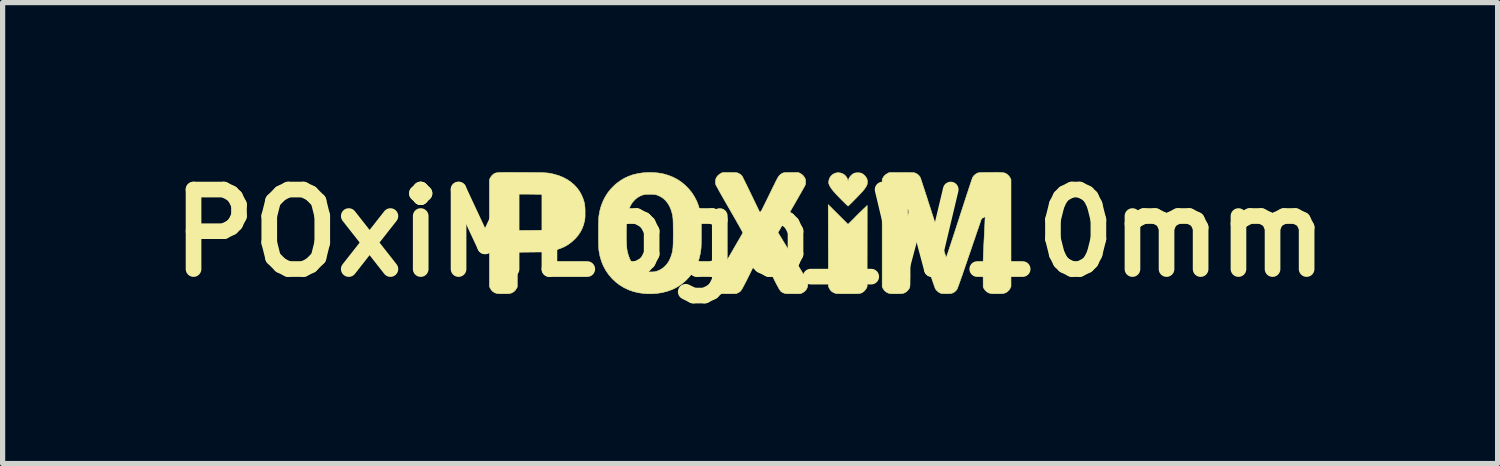
<source format=kicad_pcb>
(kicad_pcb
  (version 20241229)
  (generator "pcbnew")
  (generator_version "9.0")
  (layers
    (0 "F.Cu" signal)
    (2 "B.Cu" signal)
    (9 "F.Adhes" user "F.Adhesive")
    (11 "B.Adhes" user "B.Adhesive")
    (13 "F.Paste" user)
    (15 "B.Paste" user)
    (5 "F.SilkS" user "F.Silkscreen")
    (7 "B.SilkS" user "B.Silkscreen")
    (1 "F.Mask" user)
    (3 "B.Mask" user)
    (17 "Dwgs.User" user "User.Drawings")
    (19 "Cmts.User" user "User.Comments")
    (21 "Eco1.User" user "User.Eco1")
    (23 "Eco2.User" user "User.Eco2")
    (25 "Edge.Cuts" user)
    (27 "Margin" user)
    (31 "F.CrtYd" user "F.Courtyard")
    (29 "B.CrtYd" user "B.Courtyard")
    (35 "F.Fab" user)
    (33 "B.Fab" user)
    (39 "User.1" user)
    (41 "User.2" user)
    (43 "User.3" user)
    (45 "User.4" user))
  (footprint "POxiMLogo_W10mm"
    (layer "F.Cu")
    (at 11.328 1.418)
    (property "Reference" "POxiMLogo_W10mm" (at 0 0 0) (layer "F.SilkS") (effects (font (size 1.524 1.524) (thickness 0.3))))
    (attr through_hole)
    (fp_poly (pts (xy 1.688 -0.357) (xy 1.877 -0.168) (xy 2.002 -0.292) (xy 2.034 -0.325) (xy 2.067 -0.358) (xy 2.099 -0.39) (xy 2.13 -0.419) (xy 2.156 -0.445) (xy 2.178 -0.466) (xy 2.186 -0.473) (xy 2.245 -0.53) (xy 2.244 0.25) (xy 2.243 1.029) (xy 2.232 1.053) (xy 2.217 1.077) (xy 2.197 1.102) (xy 2.174 1.123) (xy 2.151 1.139) (xy 2.149 1.14) (xy 2.137 1.146) (xy 2.126 1.15) (xy 2.113 1.154) (xy 2.098 1.157) (xy 2.08 1.159) (xy 2.057 1.161) (xy 2.029 1.162) (xy 1.995 1.163) (xy 1.953 1.163) (xy 1.903 1.163) (xy 1.868 1.163) (xy 1.814 1.163) (xy 1.769 1.163) (xy 1.732 1.162) (xy 1.703 1.161) (xy 1.68 1.16) (xy 1.662 1.159) (xy 1.648 1.158) (xy 1.638 1.156) (xy 1.636 1.155) (xy 1.596 1.139) (xy 1.561 1.116) (xy 1.533 1.085) (xy 1.513 1.047) (xy 1.513 1.047) (xy 1.501 1.019) (xy 1.5 0.236) (xy 1.498 -0.546) (xy 1.688 -0.357)) (stroke (width 0.01) (type solid)) (fill yes) (layer "F.SilkS"))
    (fp_poly (pts (xy 1.733 -1.153) (xy 1.772 -1.14) (xy 1.806 -1.119) (xy 1.835 -1.091) (xy 1.858 -1.057) (xy 1.871 -1.021) (xy 1.878 -0.993) (xy 1.882 -1.011) (xy 1.894 -1.045) (xy 1.914 -1.079) (xy 1.94 -1.109) (xy 1.97 -1.133) (xy 1.99 -1.145) (xy 2.014 -1.152) (xy 2.044 -1.156) (xy 2.076 -1.156) (xy 2.107 -1.154) (xy 2.133 -1.147) (xy 2.14 -1.145) (xy 2.166 -1.129) (xy 2.192 -1.107) (xy 2.215 -1.081) (xy 2.232 -1.055) (xy 2.234 -1.052) (xy 2.241 -1.035) (xy 2.245 -1.02) (xy 2.247 -1.002) (xy 2.248 -0.98) (xy 2.247 -0.957) (xy 2.244 -0.936) (xy 2.237 -0.916) (xy 2.226 -0.895) (xy 2.21 -0.87) (xy 2.189 -0.84) (xy 2.185 -0.835) (xy 2.175 -0.823) (xy 2.16 -0.806) (xy 2.141 -0.784) (xy 2.118 -0.759) (xy 2.092 -0.732) (xy 2.064 -0.702) (xy 2.035 -0.672) (xy 2.006 -0.643) (xy 1.978 -0.614) (xy 1.952 -0.588) (xy 1.928 -0.564) (xy 1.908 -0.545) (xy 1.893 -0.53) (xy 1.882 -0.521) (xy 1.878 -0.518) (xy 1.873 -0.522) (xy 1.863 -0.532) (xy 1.846 -0.547) (xy 1.825 -0.567) (xy 1.801 -0.591) (xy 1.773 -0.619) (xy 1.751 -0.641) (xy 1.702 -0.691) (xy 1.66 -0.735) (xy 1.625 -0.773) (xy 1.595 -0.807) (xy 1.571 -0.837) (xy 1.552 -0.864) (xy 1.536 -0.888) (xy 1.526 -0.907) (xy 1.516 -0.928) (xy 1.51 -0.945) (xy 1.507 -0.959) (xy 1.507 -0.977) (xy 1.507 -0.98) (xy 1.513 -1.022) (xy 1.527 -1.059) (xy 1.549 -1.092) (xy 1.578 -1.12) (xy 1.612 -1.141) (xy 1.651 -1.154) (xy 1.692 -1.158) (xy 1.733 -1.153)) (stroke (width 0.01) (type solid)) (fill yes) (layer "F.SilkS"))
    (fp_poly (pts (xy -4.544 -1.163) (xy -4.475 -1.162) (xy -4.397 -1.162) (xy -4.376 -1.162) (xy -4.295 -1.162) (xy -4.222 -1.161) (xy -4.159 -1.161) (xy -4.103 -1.16) (xy -4.054 -1.159) (xy -4.012 -1.159) (xy -3.975 -1.158) (xy -3.943 -1.156) (xy -3.916 -1.155) (xy -3.891 -1.153) (xy -3.869 -1.15) (xy -3.849 -1.148) (xy -3.83 -1.144) (xy -3.812 -1.141) (xy -3.792 -1.136) (xy -3.772 -1.132) (xy -3.754 -1.127) (xy -3.665 -1.101) (xy -3.582 -1.067) (xy -3.505 -1.026) (xy -3.435 -0.978) (xy -3.372 -0.924) (xy -3.316 -0.864) (xy -3.268 -0.798) (xy -3.229 -0.726) (xy -3.201 -0.659) (xy -3.189 -0.622) (xy -3.179 -0.589) (xy -3.172 -0.557) (xy -3.168 -0.523) (xy -3.165 -0.486) (xy -3.163 -0.443) (xy -3.163 -0.396) (xy -3.163 -0.357) (xy -3.163 -0.326) (xy -3.164 -0.301) (xy -3.166 -0.28) (xy -3.168 -0.262) (xy -3.171 -0.245) (xy -3.174 -0.23) (xy -3.194 -0.154) (xy -3.22 -0.085) (xy -3.253 -0.022) (xy -3.293 0.038) (xy -3.342 0.096) (xy -3.363 0.117) (xy -3.423 0.172) (xy -3.486 0.219) (xy -3.555 0.259) (xy -3.63 0.292) (xy -3.711 0.32) (xy -3.8 0.342) (xy -3.866 0.354) (xy -3.881 0.356) (xy -3.897 0.357) (xy -3.918 0.359) (xy -3.942 0.36) (xy -3.972 0.361) (xy -4.008 0.362) (xy -4.051 0.363) (xy -4.102 0.363) (xy -4.162 0.364) (xy -4.19 0.364) (xy -4.46 0.367) (xy -4.461 0.7) (xy -4.463 1.034) (xy -4.477 1.061) (xy -4.502 1.097) (xy -4.533 1.126) (xy -4.57 1.147) (xy -4.609 1.158) (xy -4.625 1.16) (xy -4.649 1.162) (xy -4.678 1.163) (xy -4.711 1.163) (xy -4.745 1.163) (xy -4.779 1.162) (xy -4.809 1.161) (xy -4.835 1.159) (xy -4.853 1.157) (xy -4.859 1.156) (xy -4.899 1.141) (xy -4.934 1.118) (xy -4.963 1.087) (xy -4.982 1.055) (xy -4.996 1.024) (xy -4.996 -0.05) (xy -4.46 -0.05) (xy -4.213 -0.052) (xy -4.156 -0.052) (xy -4.108 -0.053) (xy -4.069 -0.053) (xy -4.037 -0.054) (xy -4.011 -0.054) (xy -3.991 -0.055) (xy -3.975 -0.056) (xy -3.962 -0.058) (xy -3.951 -0.059) (xy -3.942 -0.061) (xy -3.933 -0.063) (xy -3.927 -0.065) (xy -3.873 -0.087) (xy -3.825 -0.116) (xy -3.784 -0.152) (xy -3.751 -0.196) (xy -3.725 -0.246) (xy -3.715 -0.271) (xy -3.71 -0.288) (xy -3.706 -0.303) (xy -3.704 -0.319) (xy -3.702 -0.337) (xy -3.701 -0.361) (xy -3.701 -0.391) (xy -3.702 -0.432) (xy -3.704 -0.465) (xy -3.708 -0.493) (xy -3.715 -0.519) (xy -3.725 -0.546) (xy -3.738 -0.574) (xy -3.754 -0.602) (xy -3.774 -0.628) (xy -3.795 -0.65) (xy -3.828 -0.681) (xy -3.862 -0.704) (xy -3.901 -0.722) (xy -3.932 -0.732) (xy -3.941 -0.735) (xy -3.95 -0.737) (xy -3.959 -0.739) (xy -3.971 -0.74) (xy -3.985 -0.741) (xy -4.003 -0.742) (xy -4.025 -0.743) (xy -4.053 -0.744) (xy -4.088 -0.744) (xy -4.13 -0.745) (xy -4.181 -0.745) (xy -4.215 -0.746) (xy -4.46 -0.747) (xy -4.46 -0.05) (xy -4.996 -0.05) (xy -4.996 -1.024) (xy -4.982 -1.055) (xy -4.963 -1.086) (xy -4.938 -1.114) (xy -4.909 -1.137) (xy -4.899 -1.142) (xy -4.891 -1.146) (xy -4.884 -1.149) (xy -4.875 -1.152) (xy -4.865 -1.154) (xy -4.853 -1.157) (xy -4.839 -1.158) (xy -4.821 -1.16) (xy -4.799 -1.161) (xy -4.772 -1.162) (xy -4.74 -1.162) (xy -4.701 -1.163) (xy -4.656 -1.163) (xy -4.604 -1.163) (xy -4.544 -1.163)) (stroke (width 0.01) (type solid)) (fill yes) (layer "F.SilkS"))
    (fp_poly (pts (xy -1.859 -1.161) (xy -1.757 -1.152) (xy -1.658 -1.134) (xy -1.565 -1.107) (xy -1.476 -1.071) (xy -1.391 -1.027) (xy -1.312 -0.974) (xy -1.239 -0.912) (xy -1.18 -0.852) (xy -1.118 -0.777) (xy -1.066 -0.696) (xy -1.022 -0.611) (xy -0.987 -0.52) (xy -0.961 -0.425) (xy -0.944 -0.324) (xy -0.94 -0.292) (xy -0.939 -0.273) (xy -0.938 -0.245) (xy -0.937 -0.209) (xy -0.936 -0.167) (xy -0.935 -0.121) (xy -0.935 -0.071) (xy -0.935 -0.02) (xy -0.935 0.032) (xy -0.935 0.083) (xy -0.936 0.132) (xy -0.936 0.178) (xy -0.937 0.218) (xy -0.938 0.252) (xy -0.939 0.278) (xy -0.94 0.292) (xy -0.955 0.395) (xy -0.978 0.493) (xy -1.01 0.585) (xy -1.051 0.672) (xy -1.1 0.754) (xy -1.158 0.831) (xy -1.225 0.902) (xy -1.264 0.938) (xy -1.335 0.994) (xy -1.413 1.042) (xy -1.497 1.083) (xy -1.586 1.115) (xy -1.68 1.139) (xy -1.778 1.155) (xy -1.879 1.163) (xy -1.985 1.162) (xy -2.042 1.157) (xy -2.141 1.143) (xy -2.237 1.12) (xy -2.328 1.088) (xy -2.414 1.047) (xy -2.496 0.998) (xy -2.571 0.941) (xy -2.641 0.876) (xy -2.704 0.803) (xy -2.713 0.792) (xy -2.767 0.713) (xy -2.813 0.628) (xy -2.849 0.538) (xy -2.877 0.444) (xy -2.896 0.345) (xy -2.898 0.329) (xy -2.9 0.307) (xy -2.902 0.276) (xy -2.903 0.238) (xy -2.905 0.194) (xy -2.905 0.144) (xy -2.906 0.092) (xy -2.906 0.037) (xy -2.906 0.012) (xy -2.372 0.012) (xy -2.372 0.082) (xy -2.371 0.142) (xy -2.369 0.195) (xy -2.367 0.242) (xy -2.363 0.283) (xy -2.359 0.319) (xy -2.353 0.35) (xy -2.35 0.366) (xy -2.329 0.438) (xy -2.303 0.504) (xy -2.27 0.563) (xy -2.231 0.614) (xy -2.188 0.657) (xy -2.139 0.692) (xy -2.085 0.718) (xy -2.047 0.731) (xy -2.026 0.737) (xy -2.009 0.74) (xy -1.995 0.743) (xy -1.979 0.745) (xy -1.961 0.745) (xy -1.938 0.745) (xy -1.907 0.745) (xy -1.905 0.745) (xy -1.874 0.744) (xy -1.851 0.743) (xy -1.832 0.741) (xy -1.816 0.738) (xy -1.8 0.734) (xy -1.781 0.728) (xy -1.777 0.727) (xy -1.72 0.702) (xy -1.669 0.669) (xy -1.623 0.628) (xy -1.582 0.579) (xy -1.547 0.522) (xy -1.519 0.457) (xy -1.496 0.385) (xy -1.496 0.385) (xy -1.491 0.364) (xy -1.487 0.344) (xy -1.483 0.323) (xy -1.481 0.301) (xy -1.478 0.276) (xy -1.477 0.248) (xy -1.475 0.215) (xy -1.474 0.177) (xy -1.474 0.131) (xy -1.473 0.078) (xy -1.473 0.016) (xy -1.473 0) (xy -1.473 -0.064) (xy -1.474 -0.12) (xy -1.474 -0.167) (xy -1.475 -0.207) (xy -1.476 -0.241) (xy -1.478 -0.27) (xy -1.48 -0.296) (xy -1.483 -0.318) (xy -1.486 -0.339) (xy -1.49 -0.359) (xy -1.495 -0.38) (xy -1.496 -0.384) (xy -1.518 -0.456) (xy -1.547 -0.521) (xy -1.582 -0.578) (xy -1.623 -0.628) (xy -1.669 -0.669) (xy -1.721 -0.702) (xy -1.778 -0.727) (xy -1.796 -0.733) (xy -1.813 -0.737) (xy -1.828 -0.74) (xy -1.845 -0.742) (xy -1.865 -0.743) (xy -1.892 -0.744) (xy -1.923 -0.744) (xy -1.964 -0.743) (xy -1.997 -0.742) (xy -2.025 -0.738) (xy -2.05 -0.733) (xy -2.075 -0.724) (xy -2.101 -0.713) (xy -2.111 -0.709) (xy -2.161 -0.68) (xy -2.206 -0.643) (xy -2.248 -0.597) (xy -2.284 -0.543) (xy -2.314 -0.483) (xy -2.334 -0.429) (xy -2.342 -0.404) (xy -2.349 -0.38) (xy -2.354 -0.355) (xy -2.359 -0.329) (xy -2.362 -0.3) (xy -2.365 -0.268) (xy -2.367 -0.23) (xy -2.369 -0.186) (xy -2.37 -0.134) (xy -2.371 -0.074) (xy -2.371 -0.066) (xy -2.372 0.012) (xy -2.906 0.012) (xy -2.906 -0.019) (xy -2.906 -0.074) (xy -2.906 -0.128) (xy -2.905 -0.178) (xy -2.904 -0.224) (xy -2.902 -0.265) (xy -2.901 -0.298) (xy -2.899 -0.322) (xy -2.898 -0.329) (xy -2.88 -0.428) (xy -2.854 -0.523) (xy -2.818 -0.614) (xy -2.775 -0.699) (xy -2.723 -0.779) (xy -2.663 -0.853) (xy -2.596 -0.92) (xy -2.559 -0.952) (xy -2.485 -1.006) (xy -2.409 -1.052) (xy -2.328 -1.089) (xy -2.244 -1.119) (xy -2.154 -1.14) (xy -2.058 -1.155) (xy -1.966 -1.161) (xy -1.859 -1.161)) (stroke (width 0.01) (type solid)) (fill yes) (layer "F.SilkS"))
    (fp_poly (pts (xy 0.956 -1.147) (xy 0.992 -1.125) (xy 1.022 -1.097) (xy 1.045 -1.064) (xy 1.05 -1.055) (xy 1.057 -1.037) (xy 1.062 -1.021) (xy 1.064 -1.002) (xy 1.064 -0.98) (xy 1.064 -0.957) (xy 1.062 -0.94) (xy 1.057 -0.925) (xy 1.05 -0.907) (xy 1.048 -0.904) (xy 1.044 -0.895) (xy 1.034 -0.878) (xy 1.02 -0.853) (xy 1.002 -0.822) (xy 0.981 -0.784) (xy 0.956 -0.741) (xy 0.929 -0.693) (xy 0.899 -0.641) (xy 0.867 -0.585) (xy 0.833 -0.526) (xy 0.798 -0.466) (xy 0.784 -0.44) (xy 0.535 -0.01) (xy 0.815 0.449) (xy 0.86 0.522) (xy 0.901 0.591) (xy 0.94 0.654) (xy 0.975 0.712) (xy 1.006 0.764) (xy 1.033 0.81) (xy 1.056 0.849) (xy 1.075 0.881) (xy 1.089 0.906) (xy 1.098 0.923) (xy 1.102 0.931) (xy 1.102 0.932) (xy 1.106 0.953) (xy 1.107 0.981) (xy 1.106 0.993) (xy 1.099 1.035) (xy 1.083 1.073) (xy 1.058 1.105) (xy 1.025 1.132) (xy 1.001 1.145) (xy 0.968 1.161) (xy 0.838 1.163) (xy 0.79 1.163) (xy 0.751 1.163) (xy 0.719 1.162) (xy 0.693 1.16) (xy 0.671 1.157) (xy 0.654 1.152) (xy 0.638 1.146) (xy 0.624 1.14) (xy 0.616 1.135) (xy 0.609 1.131) (xy 0.602 1.126) (xy 0.594 1.12) (xy 0.587 1.112) (xy 0.579 1.103) (xy 0.571 1.091) (xy 0.561 1.076) (xy 0.55 1.058) (xy 0.538 1.035) (xy 0.523 1.009) (xy 0.506 0.977) (xy 0.487 0.94) (xy 0.465 0.897) (xy 0.441 0.847) (xy 0.413 0.79) (xy 0.381 0.726) (xy 0.345 0.655) (xy 0.306 0.574) (xy 0.288 0.538) (xy 0.202 0.363) (xy 0.023 0.724) (xy -0.011 0.793) (xy -0.041 0.853) (xy -0.067 0.905) (xy -0.09 0.95) (xy -0.11 0.988) (xy -0.127 1.02) (xy -0.141 1.047) (xy -0.154 1.069) (xy -0.165 1.087) (xy -0.175 1.101) (xy -0.184 1.112) (xy -0.193 1.121) (xy -0.201 1.127) (xy -0.21 1.133) (xy -0.219 1.138) (xy -0.23 1.143) (xy -0.234 1.145) (xy -0.267 1.161) (xy -0.391 1.162) (xy -0.427 1.162) (xy -0.461 1.162) (xy -0.491 1.161) (xy -0.515 1.16) (xy -0.532 1.159) (xy -0.538 1.158) (xy -0.576 1.145) (xy -0.61 1.124) (xy -0.64 1.095) (xy -0.663 1.06) (xy -0.664 1.058) (xy -0.675 1.027) (xy -0.68 0.993) (xy -0.68 0.958) (xy -0.674 0.927) (xy -0.672 0.922) (xy -0.668 0.914) (xy -0.659 0.898) (xy -0.646 0.875) (xy -0.629 0.844) (xy -0.608 0.807) (xy -0.584 0.765) (xy -0.557 0.718) (xy -0.527 0.666) (xy -0.495 0.611) (xy -0.461 0.552) (xy -0.426 0.491) (xy -0.401 0.45) (xy -0.365 0.388) (xy -0.331 0.328) (xy -0.298 0.271) (xy -0.267 0.218) (xy -0.239 0.169) (xy -0.213 0.125) (xy -0.191 0.087) (xy -0.172 0.054) (xy -0.157 0.028) (xy -0.146 0.008) (xy -0.14 -0.003) (xy -0.138 -0.006) (xy -0.141 -0.011) (xy -0.148 -0.025) (xy -0.159 -0.047) (xy -0.175 -0.075) (xy -0.194 -0.11) (xy -0.217 -0.152) (xy -0.244 -0.198) (xy -0.273 -0.25) (xy -0.305 -0.306) (xy -0.34 -0.366) (xy -0.376 -0.429) (xy -0.393 -0.459) (xy -0.429 -0.521) (xy -0.464 -0.582) (xy -0.497 -0.639) (xy -0.527 -0.693) (xy -0.556 -0.743) (xy -0.582 -0.789) (xy -0.604 -0.829) (xy -0.623 -0.864) (xy -0.639 -0.892) (xy -0.65 -0.913) (xy -0.657 -0.926) (xy -0.658 -0.93) (xy -0.664 -0.959) (xy -0.664 -0.992) (xy -0.66 -1.025) (xy -0.651 -1.053) (xy -0.635 -1.081) (xy -0.611 -1.108) (xy -0.583 -1.131) (xy -0.557 -1.146) (xy -0.526 -1.161) (xy -0.391 -1.161) (xy -0.349 -1.161) (xy -0.316 -1.16) (xy -0.29 -1.16) (xy -0.271 -1.159) (xy -0.257 -1.157) (xy -0.246 -1.155) (xy -0.237 -1.153) (xy -0.235 -1.152) (xy -0.206 -1.138) (xy -0.179 -1.119) (xy -0.158 -1.099) (xy -0.153 -1.092) (xy -0.149 -1.085) (xy -0.14 -1.069) (xy -0.128 -1.045) (xy -0.113 -1.014) (xy -0.095 -0.978) (xy -0.074 -0.936) (xy -0.051 -0.889) (xy -0.027 -0.839) (xy -0.001 -0.785) (xy 0.025 -0.731) (xy 0.052 -0.676) (xy 0.077 -0.623) (xy 0.101 -0.574) (xy 0.122 -0.529) (xy 0.142 -0.489) (xy 0.159 -0.454) (xy 0.173 -0.425) (xy 0.183 -0.404) (xy 0.19 -0.39) (xy 0.193 -0.385) (xy 0.193 -0.385) (xy 0.196 -0.389) (xy 0.202 -0.401) (xy 0.213 -0.421) (xy 0.227 -0.448) (xy 0.244 -0.482) (xy 0.263 -0.521) (xy 0.285 -0.565) (xy 0.309 -0.613) (xy 0.335 -0.666) (xy 0.362 -0.721) (xy 0.366 -0.73) (xy 0.398 -0.795) (xy 0.425 -0.851) (xy 0.449 -0.9) (xy 0.47 -0.941) (xy 0.487 -0.976) (xy 0.502 -1.006) (xy 0.514 -1.029) (xy 0.524 -1.049) (xy 0.533 -1.064) (xy 0.54 -1.076) (xy 0.546 -1.086) (xy 0.552 -1.094) (xy 0.558 -1.1) (xy 0.563 -1.106) (xy 0.565 -1.108) (xy 0.593 -1.132) (xy 0.621 -1.148) (xy 0.623 -1.149) (xy 0.632 -1.152) (xy 0.641 -1.155) (xy 0.651 -1.157) (xy 0.663 -1.159) (xy 0.679 -1.16) (xy 0.7 -1.16) (xy 0.727 -1.161) (xy 0.762 -1.161) (xy 0.79 -1.161) (xy 0.927 -1.161) (xy 0.956 -1.147)) (stroke (width 0.01) (type solid)) (fill yes) (layer "F.SilkS"))
    (fp_poly (pts (xy 4.754 -1.163) (xy 4.788 -1.162) (xy 4.816 -1.161) (xy 4.839 -1.159) (xy 4.857 -1.157) (xy 4.872 -1.154) (xy 4.884 -1.151) (xy 4.895 -1.146) (xy 4.904 -1.142) (xy 4.933 -1.122) (xy 4.96 -1.096) (xy 4.981 -1.066) (xy 4.987 -1.055) (xy 5.001 -1.024) (xy 5.001 1.024) (xy 4.987 1.055) (xy 4.965 1.091) (xy 4.935 1.121) (xy 4.9 1.143) (xy 4.859 1.157) (xy 4.857 1.158) (xy 4.842 1.16) (xy 4.819 1.161) (xy 4.789 1.162) (xy 4.757 1.163) (xy 4.723 1.163) (xy 4.689 1.163) (xy 4.659 1.162) (xy 4.634 1.161) (xy 4.616 1.159) (xy 4.614 1.158) (xy 4.572 1.146) (xy 4.536 1.124) (xy 4.505 1.095) (xy 4.482 1.061) (xy 4.468 1.034) (xy 4.467 0.777) (xy 4.467 0.734) (xy 4.466 0.694) (xy 4.466 0.658) (xy 4.467 0.623) (xy 4.467 0.589) (xy 4.468 0.556) (xy 4.468 0.522) (xy 4.469 0.485) (xy 4.471 0.447) (xy 4.472 0.404) (xy 4.474 0.358) (xy 4.477 0.305) (xy 4.479 0.246) (xy 4.482 0.18) (xy 4.486 0.106) (xy 4.49 0.025) (xy 4.493 -0.045) (xy 4.497 -0.112) (xy 4.5 -0.176) (xy 4.502 -0.235) (xy 4.505 -0.289) (xy 4.507 -0.338) (xy 4.508 -0.381) (xy 4.509 -0.416) (xy 4.51 -0.444) (xy 4.511 -0.463) (xy 4.511 -0.473) (xy 4.51 -0.475) (xy 4.506 -0.474) (xy 4.501 -0.465) (xy 4.501 -0.464) (xy 4.499 -0.458) (xy 4.493 -0.443) (xy 4.485 -0.419) (xy 4.474 -0.387) (xy 4.46 -0.347) (xy 4.444 -0.3) (xy 4.426 -0.247) (xy 4.406 -0.188) (xy 4.384 -0.124) (xy 4.36 -0.055) (xy 4.335 0.018) (xy 4.309 0.096) (xy 4.281 0.176) (xy 4.253 0.26) (xy 4.239 0.302) (xy 4.202 0.408) (xy 4.169 0.505) (xy 4.139 0.592) (xy 4.112 0.672) (xy 4.087 0.743) (xy 4.066 0.806) (xy 4.046 0.861) (xy 4.029 0.91) (xy 4.014 0.951) (xy 4.002 0.987) (xy 3.991 1.016) (xy 3.982 1.039) (xy 3.975 1.057) (xy 3.97 1.07) (xy 3.966 1.078) (xy 3.964 1.081) (xy 3.94 1.11) (xy 3.908 1.135) (xy 3.873 1.152) (xy 3.862 1.155) (xy 3.848 1.158) (xy 3.831 1.159) (xy 3.808 1.16) (xy 3.777 1.161) (xy 3.759 1.161) (xy 3.727 1.161) (xy 3.703 1.16) (xy 3.685 1.16) (xy 3.672 1.158) (xy 3.661 1.156) (xy 3.651 1.152) (xy 3.64 1.147) (xy 3.639 1.146) (xy 3.614 1.132) (xy 3.589 1.112) (xy 3.568 1.09) (xy 3.552 1.068) (xy 3.55 1.064) (xy 3.547 1.058) (xy 3.542 1.042) (xy 3.533 1.018) (xy 3.522 0.986) (xy 3.508 0.946) (xy 3.492 0.9) (xy 3.474 0.847) (xy 3.454 0.788) (xy 3.432 0.723) (xy 3.408 0.654) (xy 3.383 0.58) (xy 3.357 0.503) (xy 3.329 0.423) (xy 3.301 0.339) (xy 3.287 0.297) (xy 3.258 0.213) (xy 3.23 0.131) (xy 3.203 0.052) (xy 3.178 -0.022) (xy 3.154 -0.093) (xy 3.131 -0.159) (xy 3.11 -0.22) (xy 3.091 -0.276) (xy 3.074 -0.325) (xy 3.06 -0.367) (xy 3.047 -0.402) (xy 3.038 -0.429) (xy 3.031 -0.448) (xy 3.028 -0.458) (xy 3.027 -0.459) (xy 3.022 -0.462) (xy 3.02 -0.462) (xy 3.02 -0.456) (xy 3.021 -0.442) (xy 3.021 -0.418) (xy 3.023 -0.386) (xy 3.024 -0.347) (xy 3.026 -0.301) (xy 3.029 -0.249) (xy 3.031 -0.192) (xy 3.034 -0.13) (xy 3.037 -0.064) (xy 3.041 0.005) (xy 3.043 0.056) (xy 3.047 0.142) (xy 3.051 0.218) (xy 3.054 0.286) (xy 3.057 0.346) (xy 3.06 0.399) (xy 3.062 0.447) (xy 3.063 0.49) (xy 3.065 0.529) (xy 3.066 0.565) (xy 3.066 0.599) (xy 3.067 0.631) (xy 3.067 0.663) (xy 3.067 0.695) (xy 3.067 0.728) (xy 3.067 0.764) (xy 3.067 0.8) (xy 3.067 0.854) (xy 3.066 0.899) (xy 3.066 0.936) (xy 3.066 0.966) (xy 3.065 0.989) (xy 3.064 1.007) (xy 3.063 1.02) (xy 3.062 1.031) (xy 3.06 1.038) (xy 3.058 1.045) (xy 3.056 1.051) (xy 3.055 1.053) (xy 3.04 1.077) (xy 3.02 1.102) (xy 2.997 1.123) (xy 2.974 1.139) (xy 2.972 1.14) (xy 2.952 1.149) (xy 2.93 1.156) (xy 2.922 1.158) (xy 2.908 1.159) (xy 2.885 1.161) (xy 2.857 1.162) (xy 2.825 1.162) (xy 2.791 1.163) (xy 2.758 1.162) (xy 2.727 1.162) (xy 2.7 1.161) (xy 2.681 1.159) (xy 2.674 1.158) (xy 2.638 1.146) (xy 2.604 1.126) (xy 2.574 1.099) (xy 2.551 1.067) (xy 2.546 1.057) (xy 2.532 1.029) (xy 2.532 -1.029) (xy 2.546 -1.057) (xy 2.568 -1.092) (xy 2.598 -1.121) (xy 2.635 -1.144) (xy 2.636 -1.145) (xy 2.67 -1.161) (xy 2.906 -1.161) (xy 2.961 -1.161) (xy 3.007 -1.161) (xy 3.044 -1.161) (xy 3.075 -1.16) (xy 3.099 -1.16) (xy 3.118 -1.159) (xy 3.132 -1.158) (xy 3.143 -1.157) (xy 3.152 -1.155) (xy 3.159 -1.154) (xy 3.166 -1.151) (xy 3.171 -1.149) (xy 3.201 -1.133) (xy 3.23 -1.11) (xy 3.252 -1.084) (xy 3.263 -1.065) (xy 3.266 -1.059) (xy 3.271 -1.043) (xy 3.279 -1.019) (xy 3.29 -0.987) (xy 3.302 -0.948) (xy 3.317 -0.903) (xy 3.334 -0.852) (xy 3.352 -0.796) (xy 3.372 -0.735) (xy 3.393 -0.671) (xy 3.414 -0.603) (xy 3.437 -0.532) (xy 3.461 -0.46) (xy 3.484 -0.386) (xy 3.508 -0.312) (xy 3.532 -0.237) (xy 3.556 -0.163) (xy 3.579 -0.091) (xy 3.602 -0.02) (xy 3.624 0.049) (xy 3.645 0.114) (xy 3.665 0.176) (xy 3.683 0.233) (xy 3.7 0.286) (xy 3.715 0.332) (xy 3.727 0.373) (xy 3.738 0.406) (xy 3.746 0.432) (xy 3.751 0.45) (xy 3.754 0.459) (xy 3.754 0.46) (xy 3.758 0.462) (xy 3.76 0.462) (xy 3.763 0.457) (xy 3.768 0.443) (xy 3.777 0.42) (xy 3.788 0.388) (xy 3.802 0.347) (xy 3.818 0.297) (xy 3.837 0.24) (xy 3.859 0.174) (xy 3.883 0.101) (xy 3.909 0.021) (xy 3.938 -0.067) (xy 3.968 -0.161) (xy 4.001 -0.262) (xy 4.008 -0.283) (xy 4.035 -0.368) (xy 4.062 -0.45) (xy 4.088 -0.53) (xy 4.112 -0.606) (xy 4.136 -0.678) (xy 4.158 -0.746) (xy 4.179 -0.808) (xy 4.197 -0.865) (xy 4.214 -0.916) (xy 4.229 -0.96) (xy 4.241 -0.997) (xy 4.251 -1.026) (xy 4.258 -1.046) (xy 4.262 -1.058) (xy 4.263 -1.06) (xy 4.283 -1.093) (xy 4.312 -1.121) (xy 4.345 -1.143) (xy 4.358 -1.149) (xy 4.365 -1.152) (xy 4.372 -1.154) (xy 4.38 -1.156) (xy 4.39 -1.158) (xy 4.403 -1.159) (xy 4.419 -1.16) (xy 4.441 -1.161) (xy 4.469 -1.161) (xy 4.503 -1.162) (xy 4.546 -1.162) (xy 4.598 -1.162) (xy 4.605 -1.162) (xy 4.664 -1.163) (xy 4.713 -1.163) (xy 4.754 -1.163)) (stroke (width 0.01) (type solid)) (fill yes) (layer "F.SilkS")))
  (gr_rect
    (start -3 -3)
    (end 25.657 5.836)
    (stroke (width 0.1) (type default))
    (fill no)
    (layer "Edge.Cuts")))
</source>
